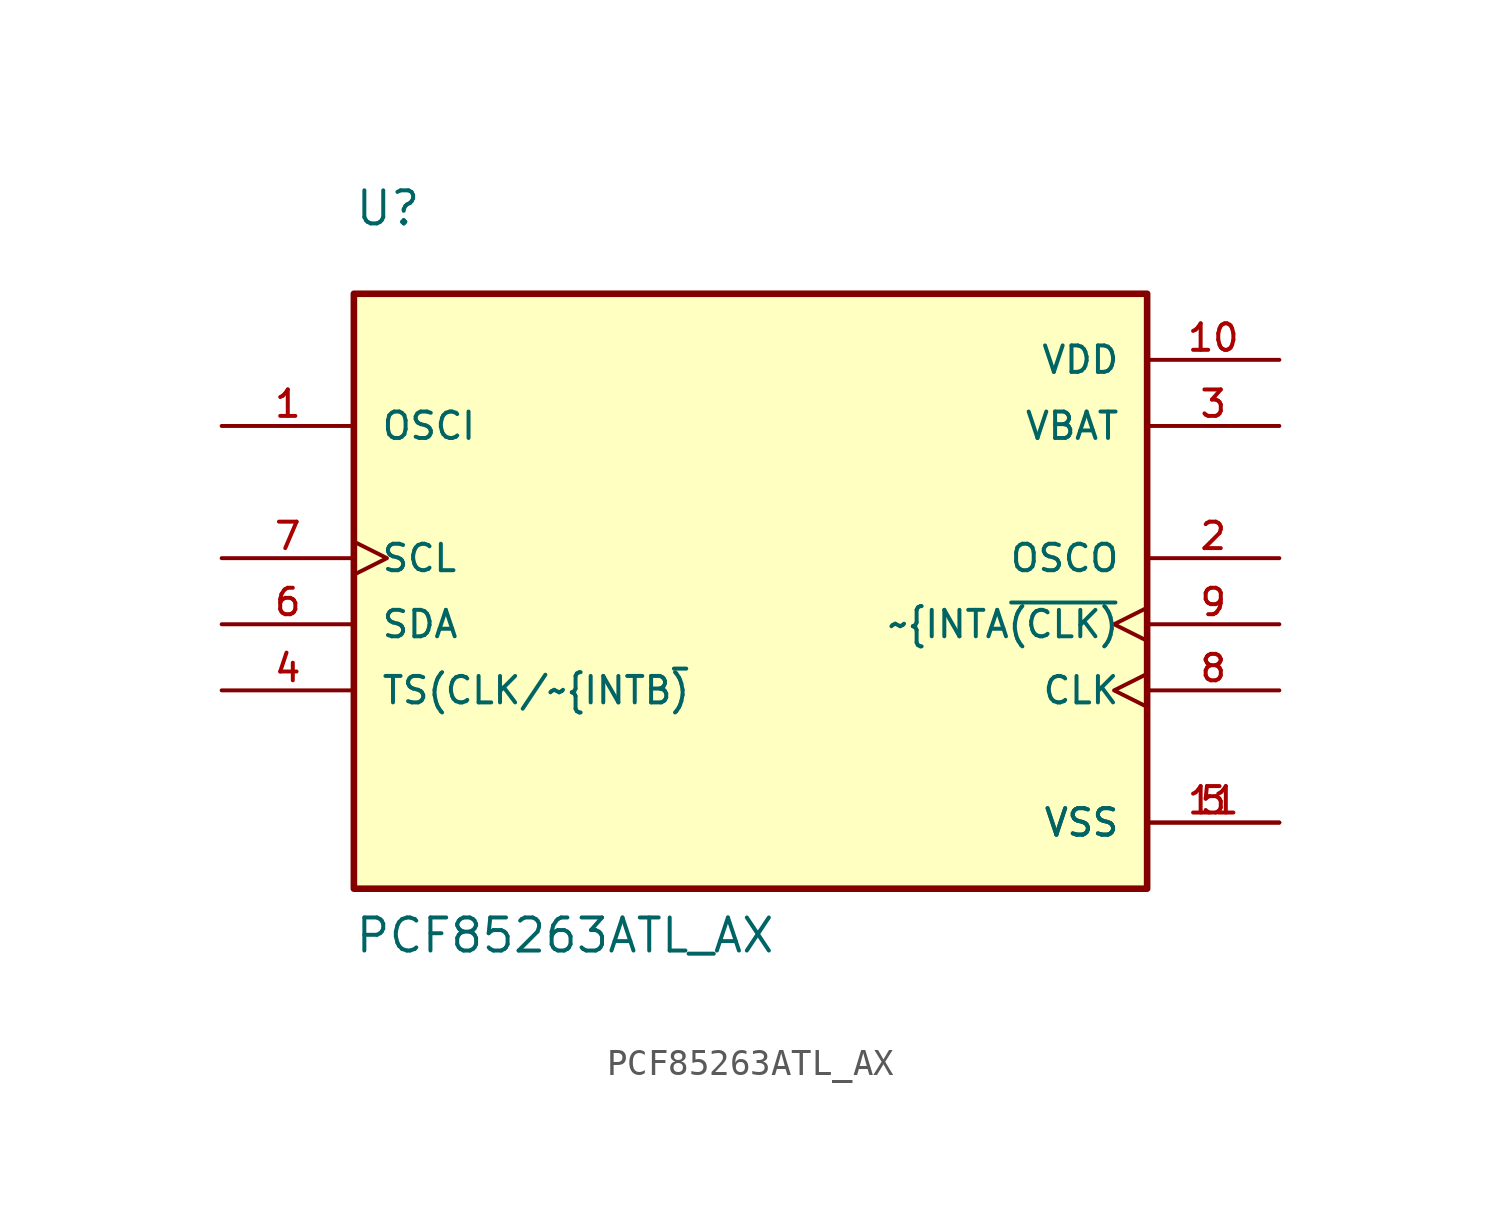
<source format=kicad_sym>
(kicad_symbol_lib
  (version 20211014)
  (generator kicad_symbol_editor)
  (symbol "PCF85263ATL_AX"
    (pin_names
      (offset 1.016))
    (property "Reference" "U"
      (at -15.24 12.7 0)
      (effects (font (size 1.27 1.27)) (justify bottom left)))
    (property "Value" "PCF85263ATL_AX"
      (at -15.24 -15.24 0)
      (effects (font (size 1.27 1.27)) (justify bottom left)))
    (symbol "PCF85263ATL_AX_0_0"
      (rectangle (start -15.24 -12.7) (end 15.24 10.16) (stroke (width 0.254)) (fill (type background)))
      (pin input line (at -20.32 5.08 0) (length 5.08) (name "OSCI" (effects (font (size 1.016 1.016)))) (number "1" (effects (font (size 1.016 1.016)))))
      (pin output clock (at 20.32 -2.54 180.0) (length 5.08) (name "~{INTA~{(CLK)}" (effects (font (size 1.016 1.016)))) (number "9" (effects (font (size 1.016 1.016)))))
      (pin power_in line (at 20.32 -10.16 180.0) (length 5.08) (name "VSS" (effects (font (size 1.016 1.016)))) (number "5" (effects (font (size 1.016 1.016)))))
      (pin power_in line (at 20.32 -10.16 180.0) (length 5.08) (name "VSS" (effects (font (size 1.016 1.016)))) (number "11" (effects (font (size 1.016 1.016)))))
      (pin output line (at 20.32 0.0 180.0) (length 5.08) (name "OSCO" (effects (font (size 1.016 1.016)))) (number "2" (effects (font (size 1.016 1.016)))))
      (pin bidirectional line (at -20.32 -2.54 0) (length 5.08) (name "SDA" (effects (font (size 1.016 1.016)))) (number "6" (effects (font (size 1.016 1.016)))))
      (pin input clock (at -20.32 0.0 0) (length 5.08) (name "SCL" (effects (font (size 1.016 1.016)))) (number "7" (effects (font (size 1.016 1.016)))))
      (pin power_in line (at 20.32 7.62 180.0) (length 5.08) (name "VDD" (effects (font (size 1.016 1.016)))) (number "10" (effects (font (size 1.016 1.016)))))
      (pin power_in line (at 20.32 5.08 180.0) (length 5.08) (name "VBAT" (effects (font (size 1.016 1.016)))) (number "3" (effects (font (size 1.016 1.016)))))
      (pin bidirectional clock (at 20.32 -5.08 180.0) (length 5.08) (name "CLK" (effects (font (size 1.016 1.016)))) (number "8" (effects (font (size 1.016 1.016)))))
      (pin bidirectional line (at -20.32 -5.08 0) (length 5.08) (name "TS(CLK/~{INTB~{)}" (effects (font (size 1.016 1.016)))) (number "4" (effects (font (size 1.016 1.016))))))))
</source>
